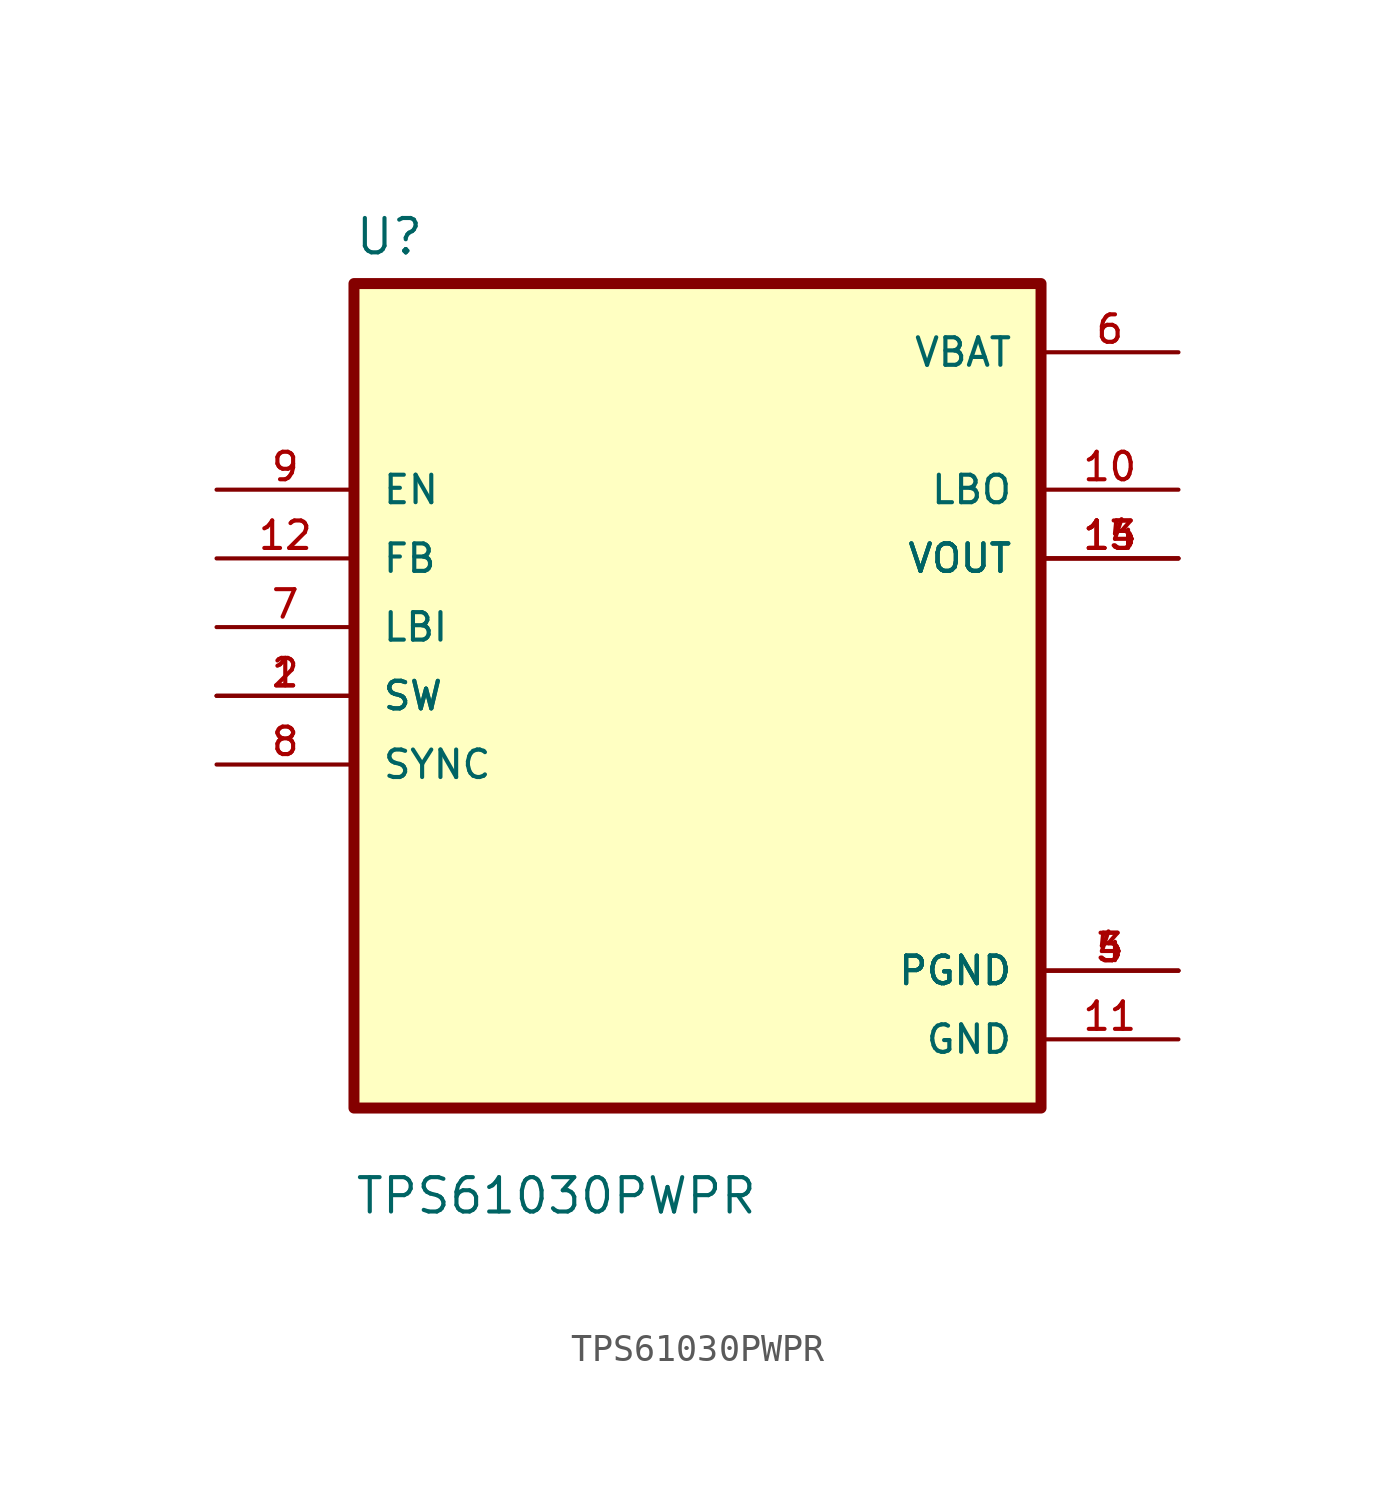
<source format=kicad_sym>
(kicad_symbol_lib
  (version 20211014)
  (generator kicad_symbol_editor)
  (symbol "TPS61030PWPR"
    (pin_names
      (offset 1.016))
    (property "Reference" "U"
      (at -12.7 16.231 0)
      (effects (font (size 1.27 1.27)) (justify left bottom)))
    (property "Value" "TPS61030PWPR"
      (at -12.7 -19.228 0)
      (effects (font (size 1.27 1.27)) (justify left bottom)))
    (property "ki_locked" ""
      (at 0 0 0)
      (effects (font (size 1.27 1.27))))
    (symbol "TPS61030PWPR_0_0"
      (rectangle (start -12.7 -15.24) (end 12.7 15.24) (stroke (width 0.406) (type default) (color 0 0 0 0)) (fill (type background)))
      (pin input line (at -17.78 0 0) (length 5.08) (name "SW" (effects (font (size 1.016 1.016)))) (number "1" (effects (font (size 1.016 1.016)))))
      (pin output line (at 17.78 7.62 180) (length 5.08) (name "LBO" (effects (font (size 1.016 1.016)))) (number "10" (effects (font (size 1.016 1.016)))))
      (pin power_in line (at 17.78 -12.7 180) (length 5.08) (name "GND" (effects (font (size 1.016 1.016)))) (number "11" (effects (font (size 1.016 1.016)))))
      (pin input line (at -17.78 5.08 0) (length 5.08) (name "FB" (effects (font (size 1.016 1.016)))) (number "12" (effects (font (size 1.016 1.016)))))
      (pin output line (at 17.78 5.08 180) (length 5.08) (name "VOUT" (effects (font (size 1.016 1.016)))) (number "13" (effects (font (size 1.016 1.016)))))
      (pin output line (at 17.78 5.08 180) (length 5.08) (name "VOUT" (effects (font (size 1.016 1.016)))) (number "14" (effects (font (size 1.016 1.016)))))
      (pin output line (at 17.78 5.08 180) (length 5.08) (name "VOUT" (effects (font (size 1.016 1.016)))) (number "15" (effects (font (size 1.016 1.016)))))
      (pin input line (at -17.78 0 0) (length 5.08) (name "SW" (effects (font (size 1.016 1.016)))) (number "2" (effects (font (size 1.016 1.016)))))
      (pin power_in line (at 17.78 -10.16 180) (length 5.08) (name "PGND" (effects (font (size 1.016 1.016)))) (number "3" (effects (font (size 1.016 1.016)))))
      (pin power_in line (at 17.78 -10.16 180) (length 5.08) (name "PGND" (effects (font (size 1.016 1.016)))) (number "4" (effects (font (size 1.016 1.016)))))
      (pin power_in line (at 17.78 -10.16 180) (length 5.08) (name "PGND" (effects (font (size 1.016 1.016)))) (number "5" (effects (font (size 1.016 1.016)))))
      (pin power_in line (at 17.78 12.7 180) (length 5.08) (name "VBAT" (effects (font (size 1.016 1.016)))) (number "6" (effects (font (size 1.016 1.016)))))
      (pin input line (at -17.78 2.54 0) (length 5.08) (name "LBI" (effects (font (size 1.016 1.016)))) (number "7" (effects (font (size 1.016 1.016)))))
      (pin input line (at -17.78 -2.54 0) (length 5.08) (name "SYNC" (effects (font (size 1.016 1.016)))) (number "8" (effects (font (size 1.016 1.016)))))
      (pin input line (at -17.78 7.62 0) (length 5.08) (name "EN" (effects (font (size 1.016 1.016)))) (number "9" (effects (font (size 1.016 1.016))))))))
</source>
